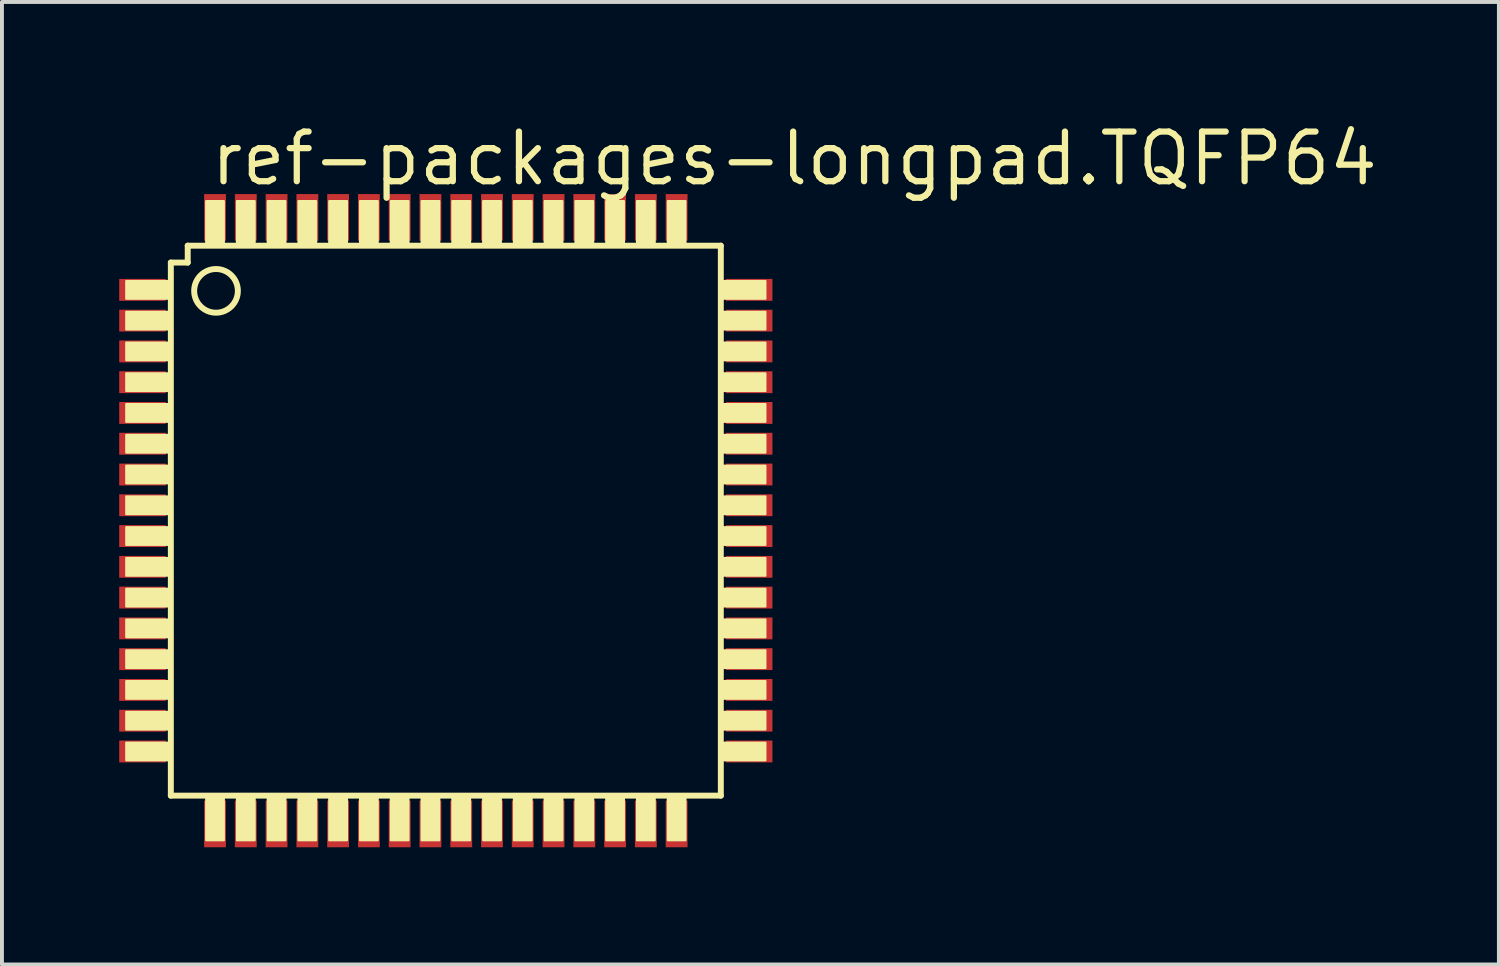
<source format=kicad_pcb>
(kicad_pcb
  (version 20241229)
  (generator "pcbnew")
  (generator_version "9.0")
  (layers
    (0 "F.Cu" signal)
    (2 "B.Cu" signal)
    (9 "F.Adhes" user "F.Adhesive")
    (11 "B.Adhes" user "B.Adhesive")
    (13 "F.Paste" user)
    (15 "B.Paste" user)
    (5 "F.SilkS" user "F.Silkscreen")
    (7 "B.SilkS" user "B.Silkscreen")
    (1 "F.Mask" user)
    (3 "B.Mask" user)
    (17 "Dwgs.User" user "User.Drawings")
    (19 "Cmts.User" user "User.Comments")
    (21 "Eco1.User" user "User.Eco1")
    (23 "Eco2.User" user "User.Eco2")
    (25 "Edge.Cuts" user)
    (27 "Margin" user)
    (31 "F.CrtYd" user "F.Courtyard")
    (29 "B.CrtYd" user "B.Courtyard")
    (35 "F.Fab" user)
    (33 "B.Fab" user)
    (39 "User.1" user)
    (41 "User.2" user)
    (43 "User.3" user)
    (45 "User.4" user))
  (footprint "ref-packages-longpad.TQFP64"
    (layer "F.Cu")
    (at 8.357 10.272)
    (property "Reference" "ref-packages-longpad.TQFP64" (at -6.096 -8.522 0) (layer "F.SilkS") (effects (font (size 1.27 1.27) (thickness 0.16)) (justify left bottom)))
    (attr smd)
    (fp_line (start -7.036 -6.604) (end -6.604 -6.604) (stroke (width 0.152) (type default)) (layer "F.SilkS"))
    (fp_line (start -7.036 7.036) (end -7.036 -6.604) (stroke (width 0.152) (type default)) (layer "F.SilkS"))
    (fp_line (start -6.604 -7.036) (end 7.036 -7.036) (stroke (width 0.152) (type default)) (layer "F.SilkS"))
    (fp_line (start -6.604 -6.604) (end -6.604 -7.036) (stroke (width 0.152) (type default)) (layer "F.SilkS"))
    (fp_line (start 7.036 -7.036) (end 7.036 7.036) (stroke (width 0.152) (type default)) (layer "F.SilkS"))
    (fp_line (start 7.036 7.036) (end -7.036 7.036) (stroke (width 0.152) (type default)) (layer "F.SilkS"))
    (fp_rect (start -8.179 -5.677) (end -7.087 -6.134) (stroke (width 0.05) (type default)) (fill yes) (layer "F.SilkS"))
    (fp_rect (start -8.179 -4.889) (end -7.087 -5.347) (stroke (width 0.05) (type default)) (fill yes) (layer "F.SilkS"))
    (fp_rect (start -8.179 -4.102) (end -7.087 -4.559) (stroke (width 0.05) (type default)) (fill yes) (layer "F.SilkS"))
    (fp_rect (start -8.179 -3.315) (end -7.087 -3.772) (stroke (width 0.05) (type default)) (fill yes) (layer "F.SilkS"))
    (fp_rect (start -8.179 -2.527) (end -7.087 -2.985) (stroke (width 0.05) (type default)) (fill yes) (layer "F.SilkS"))
    (fp_rect (start -8.179 -1.74) (end -7.087 -2.197) (stroke (width 0.05) (type default)) (fill yes) (layer "F.SilkS"))
    (fp_rect (start -8.179 -0.953) (end -7.087 -1.41) (stroke (width 0.05) (type default)) (fill yes) (layer "F.SilkS"))
    (fp_rect (start -8.179 -0.165) (end -7.087 -0.622) (stroke (width 0.05) (type default)) (fill yes) (layer "F.SilkS"))
    (fp_rect (start -8.179 0.622) (end -7.087 0.165) (stroke (width 0.05) (type default)) (fill yes) (layer "F.SilkS"))
    (fp_rect (start -8.179 1.41) (end -7.087 0.953) (stroke (width 0.05) (type default)) (fill yes) (layer "F.SilkS"))
    (fp_rect (start -8.179 2.197) (end -7.087 1.74) (stroke (width 0.05) (type default)) (fill yes) (layer "F.SilkS"))
    (fp_rect (start -8.179 2.985) (end -7.087 2.527) (stroke (width 0.05) (type default)) (fill yes) (layer "F.SilkS"))
    (fp_rect (start -8.179 3.772) (end -7.087 3.315) (stroke (width 0.05) (type default)) (fill yes) (layer "F.SilkS"))
    (fp_rect (start -8.179 4.559) (end -7.087 4.102) (stroke (width 0.05) (type default)) (fill yes) (layer "F.SilkS"))
    (fp_rect (start -8.179 5.347) (end -7.087 4.889) (stroke (width 0.05) (type default)) (fill yes) (layer "F.SilkS"))
    (fp_rect (start -8.179 6.134) (end -7.087 5.677) (stroke (width 0.05) (type default)) (fill yes) (layer "F.SilkS"))
    (fp_rect (start -6.134 -7.087) (end -5.677 -8.179) (stroke (width 0.05) (type default)) (fill yes) (layer "F.SilkS"))
    (fp_rect (start -6.134 8.179) (end -5.677 7.087) (stroke (width 0.05) (type default)) (fill yes) (layer "F.SilkS"))
    (fp_rect (start -5.347 -7.087) (end -4.889 -8.179) (stroke (width 0.05) (type default)) (fill yes) (layer "F.SilkS"))
    (fp_rect (start -5.347 8.179) (end -4.889 7.087) (stroke (width 0.05) (type default)) (fill yes) (layer "F.SilkS"))
    (fp_rect (start -4.559 -7.087) (end -4.102 -8.179) (stroke (width 0.05) (type default)) (fill yes) (layer "F.SilkS"))
    (fp_rect (start -4.559 8.179) (end -4.102 7.087) (stroke (width 0.05) (type default)) (fill yes) (layer "F.SilkS"))
    (fp_rect (start -3.772 -7.087) (end -3.315 -8.179) (stroke (width 0.05) (type default)) (fill yes) (layer "F.SilkS"))
    (fp_rect (start -3.772 8.179) (end -3.315 7.087) (stroke (width 0.05) (type default)) (fill yes) (layer "F.SilkS"))
    (fp_rect (start -2.985 -7.087) (end -2.527 -8.179) (stroke (width 0.05) (type default)) (fill yes) (layer "F.SilkS"))
    (fp_rect (start -2.985 8.179) (end -2.527 7.087) (stroke (width 0.05) (type default)) (fill yes) (layer "F.SilkS"))
    (fp_rect (start -2.197 -7.087) (end -1.74 -8.179) (stroke (width 0.05) (type default)) (fill yes) (layer "F.SilkS"))
    (fp_rect (start -2.197 8.179) (end -1.74 7.087) (stroke (width 0.05) (type default)) (fill yes) (layer "F.SilkS"))
    (fp_rect (start -1.41 -7.087) (end -0.953 -8.179) (stroke (width 0.05) (type default)) (fill yes) (layer "F.SilkS"))
    (fp_rect (start -1.41 8.179) (end -0.953 7.087) (stroke (width 0.05) (type default)) (fill yes) (layer "F.SilkS"))
    (fp_rect (start -0.622 -7.087) (end -0.165 -8.179) (stroke (width 0.05) (type default)) (fill yes) (layer "F.SilkS"))
    (fp_rect (start -0.622 8.179) (end -0.165 7.087) (stroke (width 0.05) (type default)) (fill yes) (layer "F.SilkS"))
    (fp_rect (start 0.165 -7.087) (end 0.622 -8.179) (stroke (width 0.05) (type default)) (fill yes) (layer "F.SilkS"))
    (fp_rect (start 0.165 8.179) (end 0.622 7.087) (stroke (width 0.05) (type default)) (fill yes) (layer "F.SilkS"))
    (fp_rect (start 0.953 -7.087) (end 1.41 -8.179) (stroke (width 0.05) (type default)) (fill yes) (layer "F.SilkS"))
    (fp_rect (start 0.953 8.179) (end 1.41 7.087) (stroke (width 0.05) (type default)) (fill yes) (layer "F.SilkS"))
    (fp_rect (start 1.74 -7.087) (end 2.197 -8.179) (stroke (width 0.05) (type default)) (fill yes) (layer "F.SilkS"))
    (fp_rect (start 1.74 8.179) (end 2.197 7.087) (stroke (width 0.05) (type default)) (fill yes) (layer "F.SilkS"))
    (fp_rect (start 2.527 -7.087) (end 2.985 -8.179) (stroke (width 0.05) (type default)) (fill yes) (layer "F.SilkS"))
    (fp_rect (start 2.527 8.179) (end 2.985 7.087) (stroke (width 0.05) (type default)) (fill yes) (layer "F.SilkS"))
    (fp_rect (start 3.315 -7.087) (end 3.772 -8.179) (stroke (width 0.05) (type default)) (fill yes) (layer "F.SilkS"))
    (fp_rect (start 3.315 8.179) (end 3.772 7.087) (stroke (width 0.05) (type default)) (fill yes) (layer "F.SilkS"))
    (fp_rect (start 4.102 -7.087) (end 4.559 -8.179) (stroke (width 0.05) (type default)) (fill yes) (layer "F.SilkS"))
    (fp_rect (start 4.102 8.179) (end 4.559 7.087) (stroke (width 0.05) (type default)) (fill yes) (layer "F.SilkS"))
    (fp_rect (start 4.889 -7.087) (end 5.347 -8.179) (stroke (width 0.05) (type default)) (fill yes) (layer "F.SilkS"))
    (fp_rect (start 4.889 8.179) (end 5.347 7.087) (stroke (width 0.05) (type default)) (fill yes) (layer "F.SilkS"))
    (fp_rect (start 5.677 -7.087) (end 6.134 -8.179) (stroke (width 0.05) (type default)) (fill yes) (layer "F.SilkS"))
    (fp_rect (start 5.677 8.179) (end 6.134 7.087) (stroke (width 0.05) (type default)) (fill yes) (layer "F.SilkS"))
    (fp_rect (start 7.087 -5.677) (end 8.179 -6.134) (stroke (width 0.05) (type default)) (fill yes) (layer "F.SilkS"))
    (fp_rect (start 7.087 -4.889) (end 8.179 -5.347) (stroke (width 0.05) (type default)) (fill yes) (layer "F.SilkS"))
    (fp_rect (start 7.087 -4.102) (end 8.179 -4.559) (stroke (width 0.05) (type default)) (fill yes) (layer "F.SilkS"))
    (fp_rect (start 7.087 -3.315) (end 8.179 -3.772) (stroke (width 0.05) (type default)) (fill yes) (layer "F.SilkS"))
    (fp_rect (start 7.087 -2.527) (end 8.179 -2.985) (stroke (width 0.05) (type default)) (fill yes) (layer "F.SilkS"))
    (fp_rect (start 7.087 -1.74) (end 8.179 -2.197) (stroke (width 0.05) (type default)) (fill yes) (layer "F.SilkS"))
    (fp_rect (start 7.087 -0.953) (end 8.179 -1.41) (stroke (width 0.05) (type default)) (fill yes) (layer "F.SilkS"))
    (fp_rect (start 7.087 -0.165) (end 8.179 -0.622) (stroke (width 0.05) (type default)) (fill yes) (layer "F.SilkS"))
    (fp_rect (start 7.087 0.622) (end 8.179 0.165) (stroke (width 0.05) (type default)) (fill yes) (layer "F.SilkS"))
    (fp_rect (start 7.087 1.41) (end 8.179 0.953) (stroke (width 0.05) (type default)) (fill yes) (layer "F.SilkS"))
    (fp_rect (start 7.087 2.197) (end 8.179 1.74) (stroke (width 0.05) (type default)) (fill yes) (layer "F.SilkS"))
    (fp_rect (start 7.087 2.985) (end 8.179 2.527) (stroke (width 0.05) (type default)) (fill yes) (layer "F.SilkS"))
    (fp_rect (start 7.087 3.772) (end 8.179 3.315) (stroke (width 0.05) (type default)) (fill yes) (layer "F.SilkS"))
    (fp_rect (start 7.087 4.559) (end 8.179 4.102) (stroke (width 0.05) (type default)) (fill yes) (layer "F.SilkS"))
    (fp_rect (start 7.087 5.347) (end 8.179 4.889) (stroke (width 0.05) (type default)) (fill yes) (layer "F.SilkS"))
    (fp_rect (start 7.087 6.134) (end 8.179 5.677) (stroke (width 0.05) (type default)) (fill yes) (layer "F.SilkS"))
    (fp_circle (center -5.88 -5.88) (end -5.321 -5.88) (stroke (width 0.152) (type default)) (fill no) (layer "F.SilkS"))
    (pad "1" smd roundrect (at -7.76 -5.905) (size 1.194 0.559) (layers "F.Cu" "F.Mask" "F.Paste") (roundrect_rratio 0.01))
    (pad "2" smd roundrect (at -7.76 -5.118) (size 1.194 0.559) (layers "F.Cu" "F.Mask" "F.Paste") (roundrect_rratio 0.01))
    (pad "3" smd roundrect (at -7.76 -4.331) (size 1.194 0.559) (layers "F.Cu" "F.Mask" "F.Paste") (roundrect_rratio 0.01))
    (pad "4" smd roundrect (at -7.76 -3.543) (size 1.194 0.559) (layers "F.Cu" "F.Mask" "F.Paste") (roundrect_rratio 0.01))
    (pad "5" smd roundrect (at -7.76 -2.756) (size 1.194 0.559) (layers "F.Cu" "F.Mask" "F.Paste") (roundrect_rratio 0.01))
    (pad "6" smd roundrect (at -7.76 -1.968) (size 1.194 0.559) (layers "F.Cu" "F.Mask" "F.Paste") (roundrect_rratio 0.01))
    (pad "7" smd roundrect (at -7.76 -1.181) (size 1.194 0.559) (layers "F.Cu" "F.Mask" "F.Paste") (roundrect_rratio 0.01))
    (pad "8" smd roundrect (at -7.76 -0.394) (size 1.194 0.559) (layers "F.Cu" "F.Mask" "F.Paste") (roundrect_rratio 0.01))
    (pad "9" smd roundrect (at -7.76 0.394) (size 1.194 0.559) (layers "F.Cu" "F.Mask" "F.Paste") (roundrect_rratio 0.01))
    (pad "10" smd roundrect (at -7.76 1.181) (size 1.194 0.559) (layers "F.Cu" "F.Mask" "F.Paste") (roundrect_rratio 0.01))
    (pad "11" smd roundrect (at -7.76 1.968) (size 1.194 0.559) (layers "F.Cu" "F.Mask" "F.Paste") (roundrect_rratio 0.01))
    (pad "12" smd roundrect (at -7.76 2.756) (size 1.194 0.559) (layers "F.Cu" "F.Mask" "F.Paste") (roundrect_rratio 0.01))
    (pad "13" smd roundrect (at -7.76 3.543) (size 1.194 0.559) (layers "F.Cu" "F.Mask" "F.Paste") (roundrect_rratio 0.01))
    (pad "14" smd roundrect (at -7.76 4.331) (size 1.194 0.559) (layers "F.Cu" "F.Mask" "F.Paste") (roundrect_rratio 0.01))
    (pad "15" smd roundrect (at -7.76 5.118) (size 1.194 0.559) (layers "F.Cu" "F.Mask" "F.Paste") (roundrect_rratio 0.01))
    (pad "16" smd roundrect (at -7.76 5.905) (size 1.194 0.559) (layers "F.Cu" "F.Mask" "F.Paste") (roundrect_rratio 0.01))
    (pad "17" smd roundrect (at -5.905 7.76) (size 0.559 1.194) (layers "F.Cu" "F.Mask" "F.Paste") (roundrect_rratio 0.01))
    (pad "18" smd roundrect (at -5.118 7.76) (size 0.559 1.194) (layers "F.Cu" "F.Mask" "F.Paste") (roundrect_rratio 0.01))
    (pad "19" smd roundrect (at -4.331 7.76) (size 0.559 1.194) (layers "F.Cu" "F.Mask" "F.Paste") (roundrect_rratio 0.01))
    (pad "20" smd roundrect (at -3.543 7.76) (size 0.559 1.194) (layers "F.Cu" "F.Mask" "F.Paste") (roundrect_rratio 0.01))
    (pad "21" smd roundrect (at -2.756 7.76) (size 0.559 1.194) (layers "F.Cu" "F.Mask" "F.Paste") (roundrect_rratio 0.01))
    (pad "22" smd roundrect (at -1.968 7.76) (size 0.559 1.194) (layers "F.Cu" "F.Mask" "F.Paste") (roundrect_rratio 0.01))
    (pad "23" smd roundrect (at -1.181 7.76) (size 0.559 1.194) (layers "F.Cu" "F.Mask" "F.Paste") (roundrect_rratio 0.01))
    (pad "24" smd roundrect (at -0.394 7.76) (size 0.559 1.194) (layers "F.Cu" "F.Mask" "F.Paste") (roundrect_rratio 0.01))
    (pad "25" smd roundrect (at 0.394 7.76) (size 0.559 1.194) (layers "F.Cu" "F.Mask" "F.Paste") (roundrect_rratio 0.01))
    (pad "26" smd roundrect (at 1.181 7.76) (size 0.559 1.194) (layers "F.Cu" "F.Mask" "F.Paste") (roundrect_rratio 0.01))
    (pad "27" smd roundrect (at 1.968 7.76) (size 0.559 1.194) (layers "F.Cu" "F.Mask" "F.Paste") (roundrect_rratio 0.01))
    (pad "28" smd roundrect (at 2.756 7.76) (size 0.559 1.194) (layers "F.Cu" "F.Mask" "F.Paste") (roundrect_rratio 0.01))
    (pad "29" smd roundrect (at 3.543 7.76) (size 0.559 1.194) (layers "F.Cu" "F.Mask" "F.Paste") (roundrect_rratio 0.01))
    (pad "30" smd roundrect (at 4.331 7.76) (size 0.559 1.194) (layers "F.Cu" "F.Mask" "F.Paste") (roundrect_rratio 0.01))
    (pad "31" smd roundrect (at 5.118 7.76) (size 0.559 1.194) (layers "F.Cu" "F.Mask" "F.Paste") (roundrect_rratio 0.01))
    (pad "32" smd roundrect (at 5.905 7.76) (size 0.559 1.194) (layers "F.Cu" "F.Mask" "F.Paste") (roundrect_rratio 0.01))
    (pad "33" smd roundrect (at 7.76 5.905) (size 1.194 0.559) (layers "F.Cu" "F.Mask" "F.Paste") (roundrect_rratio 0.01))
    (pad "34" smd roundrect (at 7.76 5.118) (size 1.194 0.559) (layers "F.Cu" "F.Mask" "F.Paste") (roundrect_rratio 0.01))
    (pad "35" smd roundrect (at 7.76 4.331) (size 1.194 0.559) (layers "F.Cu" "F.Mask" "F.Paste") (roundrect_rratio 0.01))
    (pad "36" smd roundrect (at 7.76 3.543) (size 1.194 0.559) (layers "F.Cu" "F.Mask" "F.Paste") (roundrect_rratio 0.01))
    (pad "37" smd roundrect (at 7.76 2.756) (size 1.194 0.559) (layers "F.Cu" "F.Mask" "F.Paste") (roundrect_rratio 0.01))
    (pad "38" smd roundrect (at 7.76 1.968) (size 1.194 0.559) (layers "F.Cu" "F.Mask" "F.Paste") (roundrect_rratio 0.01))
    (pad "39" smd roundrect (at 7.76 1.181) (size 1.194 0.559) (layers "F.Cu" "F.Mask" "F.Paste") (roundrect_rratio 0.01))
    (pad "40" smd roundrect (at 7.76 0.394) (size 1.194 0.559) (layers "F.Cu" "F.Mask" "F.Paste") (roundrect_rratio 0.01))
    (pad "41" smd roundrect (at 7.76 -0.394) (size 1.194 0.559) (layers "F.Cu" "F.Mask" "F.Paste") (roundrect_rratio 0.01))
    (pad "42" smd roundrect (at 7.76 -1.181) (size 1.194 0.559) (layers "F.Cu" "F.Mask" "F.Paste") (roundrect_rratio 0.01))
    (pad "43" smd roundrect (at 7.76 -1.968) (size 1.194 0.559) (layers "F.Cu" "F.Mask" "F.Paste") (roundrect_rratio 0.01))
    (pad "44" smd roundrect (at 7.76 -2.756) (size 1.194 0.559) (layers "F.Cu" "F.Mask" "F.Paste") (roundrect_rratio 0.01))
    (pad "45" smd roundrect (at 7.76 -3.543) (size 1.194 0.559) (layers "F.Cu" "F.Mask" "F.Paste") (roundrect_rratio 0.01))
    (pad "46" smd roundrect (at 7.76 -4.331) (size 1.194 0.559) (layers "F.Cu" "F.Mask" "F.Paste") (roundrect_rratio 0.01))
    (pad "47" smd roundrect (at 7.76 -5.118) (size 1.194 0.559) (layers "F.Cu" "F.Mask" "F.Paste") (roundrect_rratio 0.01))
    (pad "48" smd roundrect (at 7.76 -5.905) (size 1.194 0.559) (layers "F.Cu" "F.Mask" "F.Paste") (roundrect_rratio 0.01))
    (pad "49" smd roundrect (at 5.905 -7.76) (size 0.559 1.194) (layers "F.Cu" "F.Mask" "F.Paste") (roundrect_rratio 0.01))
    (pad "50" smd roundrect (at 5.118 -7.76) (size 0.559 1.194) (layers "F.Cu" "F.Mask" "F.Paste") (roundrect_rratio 0.01))
    (pad "51" smd roundrect (at 4.331 -7.76) (size 0.559 1.194) (layers "F.Cu" "F.Mask" "F.Paste") (roundrect_rratio 0.01))
    (pad "52" smd roundrect (at 3.543 -7.76) (size 0.559 1.194) (layers "F.Cu" "F.Mask" "F.Paste") (roundrect_rratio 0.01))
    (pad "53" smd roundrect (at 2.756 -7.76) (size 0.559 1.194) (layers "F.Cu" "F.Mask" "F.Paste") (roundrect_rratio 0.01))
    (pad "54" smd roundrect (at 1.968 -7.76) (size 0.559 1.194) (layers "F.Cu" "F.Mask" "F.Paste") (roundrect_rratio 0.01))
    (pad "55" smd roundrect (at 1.181 -7.76) (size 0.559 1.194) (layers "F.Cu" "F.Mask" "F.Paste") (roundrect_rratio 0.01))
    (pad "56" smd roundrect (at 0.394 -7.76) (size 0.559 1.194) (layers "F.Cu" "F.Mask" "F.Paste") (roundrect_rratio 0.01))
    (pad "57" smd roundrect (at -0.394 -7.76) (size 0.559 1.194) (layers "F.Cu" "F.Mask" "F.Paste") (roundrect_rratio 0.01))
    (pad "58" smd roundrect (at -1.181 -7.76) (size 0.559 1.194) (layers "F.Cu" "F.Mask" "F.Paste") (roundrect_rratio 0.01))
    (pad "59" smd roundrect (at -1.968 -7.76) (size 0.559 1.194) (layers "F.Cu" "F.Mask" "F.Paste") (roundrect_rratio 0.01))
    (pad "60" smd roundrect (at -2.756 -7.76) (size 0.559 1.194) (layers "F.Cu" "F.Mask" "F.Paste") (roundrect_rratio 0.01))
    (pad "61" smd roundrect (at -3.543 -7.76) (size 0.559 1.194) (layers "F.Cu" "F.Mask" "F.Paste") (roundrect_rratio 0.01))
    (pad "62" smd roundrect (at -4.331 -7.76) (size 0.559 1.194) (layers "F.Cu" "F.Mask" "F.Paste") (roundrect_rratio 0.01))
    (pad "63" smd roundrect (at -5.118 -7.76) (size 0.559 1.194) (layers "F.Cu" "F.Mask" "F.Paste") (roundrect_rratio 0.01))
    (pad "64" smd roundrect (at -5.905 -7.76) (size 0.559 1.194) (layers "F.Cu" "F.Mask" "F.Paste") (roundrect_rratio 0.01)))
  (gr_rect
    (start -3 -3)
    (end 35.301 21.628)
    (stroke (width 0.1) (type default))
    (fill no)
    (layer "Edge.Cuts")))
</source>
